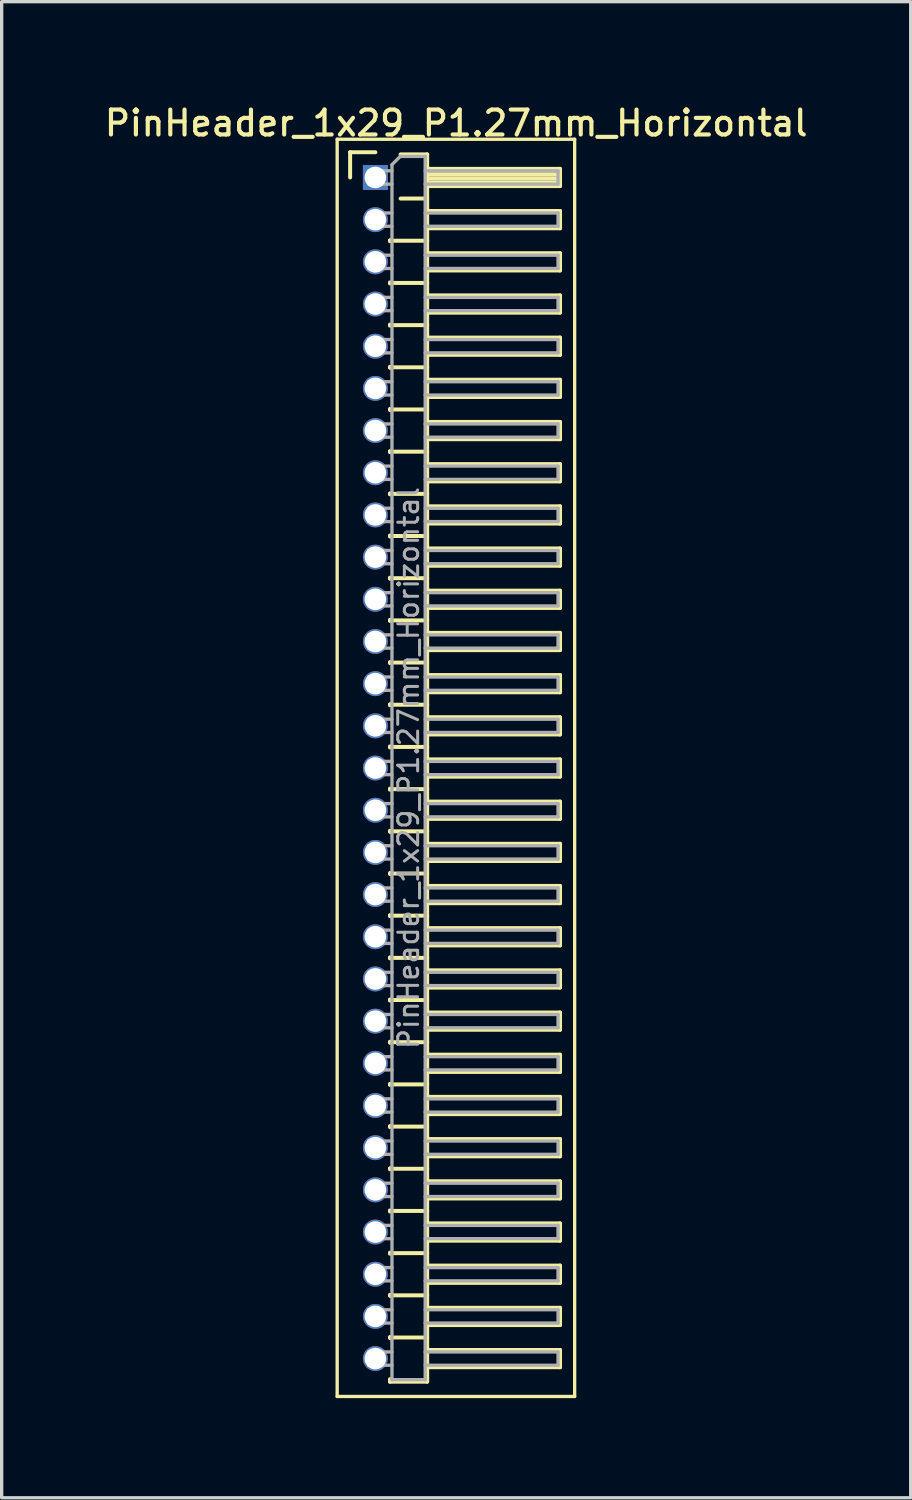
<source format=kicad_pcb>
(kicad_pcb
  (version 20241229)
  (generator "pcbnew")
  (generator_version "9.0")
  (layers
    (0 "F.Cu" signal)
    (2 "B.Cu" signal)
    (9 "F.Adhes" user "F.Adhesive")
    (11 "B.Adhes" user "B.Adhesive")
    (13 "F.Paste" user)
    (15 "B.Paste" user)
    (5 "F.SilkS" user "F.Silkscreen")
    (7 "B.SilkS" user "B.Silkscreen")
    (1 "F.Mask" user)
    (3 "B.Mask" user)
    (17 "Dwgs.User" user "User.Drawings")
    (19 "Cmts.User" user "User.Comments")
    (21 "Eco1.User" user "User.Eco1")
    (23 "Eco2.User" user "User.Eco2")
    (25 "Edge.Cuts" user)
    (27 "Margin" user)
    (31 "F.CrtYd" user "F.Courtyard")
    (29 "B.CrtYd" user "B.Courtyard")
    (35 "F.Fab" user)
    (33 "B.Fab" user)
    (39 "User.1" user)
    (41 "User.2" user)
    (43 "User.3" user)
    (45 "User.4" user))
  (footprint "PinHeader_1x29_P1.27mm_Horizontal"
    (layer "F.Cu")
    (at 8.251 2.293)
    (property "Reference" "PinHeader_1x29_P1.27mm_Horizontal" (at 2.433 -1.635 0) (layer "F.SilkS") (effects (font (size 0.75 0.75) (thickness 0.125))))
    (attr through_hole)
    (fp_line (start -1.15 -1.15) (end -1.15 36.7) (stroke (width 0.1) (type solid)) (layer "F.SilkS"))
    (fp_line (start -1.15 36.7) (end 6 36.7) (stroke (width 0.1) (type solid)) (layer "F.SilkS"))
    (fp_line (start -0.76 -0.76) (end 0 -0.76) (stroke (width 0.12) (type solid)) (layer "F.SilkS"))
    (fp_line (start -0.76 0) (end -0.76 -0.76) (stroke (width 0.12) (type solid)) (layer "F.SilkS"))
    (fp_line (start 0.44 1.89) (end 0.44 1.92) (stroke (width 0.12) (type solid)) (layer "F.SilkS"))
    (fp_line (start 0.44 1.905) (end 1.56 1.905) (stroke (width 0.12) (type solid)) (layer "F.SilkS"))
    (fp_line (start 0.44 3.16) (end 0.44 3.19) (stroke (width 0.12) (type solid)) (layer "F.SilkS"))
    (fp_line (start 0.44 3.175) (end 1.56 3.175) (stroke (width 0.12) (type solid)) (layer "F.SilkS"))
    (fp_line (start 0.44 4.43) (end 0.44 4.46) (stroke (width 0.12) (type solid)) (layer "F.SilkS"))
    (fp_line (start 0.44 4.445) (end 1.56 4.445) (stroke (width 0.12) (type solid)) (layer "F.SilkS"))
    (fp_line (start 0.44 5.7) (end 0.44 5.73) (stroke (width 0.12) (type solid)) (layer "F.SilkS"))
    (fp_line (start 0.44 5.715) (end 1.56 5.715) (stroke (width 0.12) (type solid)) (layer "F.SilkS"))
    (fp_line (start 0.44 6.97) (end 0.44 7) (stroke (width 0.12) (type solid)) (layer "F.SilkS"))
    (fp_line (start 0.44 6.985) (end 1.56 6.985) (stroke (width 0.12) (type solid)) (layer "F.SilkS"))
    (fp_line (start 0.44 8.24) (end 0.44 8.27) (stroke (width 0.12) (type solid)) (layer "F.SilkS"))
    (fp_line (start 0.44 8.255) (end 1.56 8.255) (stroke (width 0.12) (type solid)) (layer "F.SilkS"))
    (fp_line (start 0.44 9.51) (end 0.44 9.54) (stroke (width 0.12) (type solid)) (layer "F.SilkS"))
    (fp_line (start 0.44 9.525) (end 1.56 9.525) (stroke (width 0.12) (type solid)) (layer "F.SilkS"))
    (fp_line (start 0.44 10.78) (end 0.44 10.81) (stroke (width 0.12) (type solid)) (layer "F.SilkS"))
    (fp_line (start 0.44 10.795) (end 1.56 10.795) (stroke (width 0.12) (type solid)) (layer "F.SilkS"))
    (fp_line (start 0.44 12.05) (end 0.44 12.08) (stroke (width 0.12) (type solid)) (layer "F.SilkS"))
    (fp_line (start 0.44 12.065) (end 1.56 12.065) (stroke (width 0.12) (type solid)) (layer "F.SilkS"))
    (fp_line (start 0.44 13.32) (end 0.44 13.35) (stroke (width 0.12) (type solid)) (layer "F.SilkS"))
    (fp_line (start 0.44 13.335) (end 1.56 13.335) (stroke (width 0.12) (type solid)) (layer "F.SilkS"))
    (fp_line (start 0.44 14.59) (end 0.44 14.62) (stroke (width 0.12) (type solid)) (layer "F.SilkS"))
    (fp_line (start 0.44 14.605) (end 1.56 14.605) (stroke (width 0.12) (type solid)) (layer "F.SilkS"))
    (fp_line (start 0.44 15.86) (end 0.44 15.89) (stroke (width 0.12) (type solid)) (layer "F.SilkS"))
    (fp_line (start 0.44 15.875) (end 1.56 15.875) (stroke (width 0.12) (type solid)) (layer "F.SilkS"))
    (fp_line (start 0.44 17.13) (end 0.44 17.16) (stroke (width 0.12) (type solid)) (layer "F.SilkS"))
    (fp_line (start 0.44 17.145) (end 1.56 17.145) (stroke (width 0.12) (type solid)) (layer "F.SilkS"))
    (fp_line (start 0.44 18.4) (end 0.44 18.43) (stroke (width 0.12) (type solid)) (layer "F.SilkS"))
    (fp_line (start 0.44 18.415) (end 1.56 18.415) (stroke (width 0.12) (type solid)) (layer "F.SilkS"))
    (fp_line (start 0.44 19.67) (end 0.44 19.7) (stroke (width 0.12) (type solid)) (layer "F.SilkS"))
    (fp_line (start 0.44 19.685) (end 1.56 19.685) (stroke (width 0.12) (type solid)) (layer "F.SilkS"))
    (fp_line (start 0.44 20.94) (end 0.44 20.97) (stroke (width 0.12) (type solid)) (layer "F.SilkS"))
    (fp_line (start 0.44 20.955) (end 1.56 20.955) (stroke (width 0.12) (type solid)) (layer "F.SilkS"))
    (fp_line (start 0.44 22.21) (end 0.44 22.24) (stroke (width 0.12) (type solid)) (layer "F.SilkS"))
    (fp_line (start 0.44 22.225) (end 1.56 22.225) (stroke (width 0.12) (type solid)) (layer "F.SilkS"))
    (fp_line (start 0.44 23.48) (end 0.44 23.51) (stroke (width 0.12) (type solid)) (layer "F.SilkS"))
    (fp_line (start 0.44 23.495) (end 1.56 23.495) (stroke (width 0.12) (type solid)) (layer "F.SilkS"))
    (fp_line (start 0.44 24.75) (end 0.44 24.78) (stroke (width 0.12) (type solid)) (layer "F.SilkS"))
    (fp_line (start 0.44 24.765) (end 1.56 24.765) (stroke (width 0.12) (type solid)) (layer "F.SilkS"))
    (fp_line (start 0.44 26.02) (end 0.44 26.05) (stroke (width 0.12) (type solid)) (layer "F.SilkS"))
    (fp_line (start 0.44 26.035) (end 1.56 26.035) (stroke (width 0.12) (type solid)) (layer "F.SilkS"))
    (fp_line (start 0.44 27.29) (end 0.44 27.32) (stroke (width 0.12) (type solid)) (layer "F.SilkS"))
    (fp_line (start 0.44 27.305) (end 1.56 27.305) (stroke (width 0.12) (type solid)) (layer "F.SilkS"))
    (fp_line (start 0.44 28.56) (end 0.44 28.59) (stroke (width 0.12) (type solid)) (layer "F.SilkS"))
    (fp_line (start 0.44 28.575) (end 1.56 28.575) (stroke (width 0.12) (type solid)) (layer "F.SilkS"))
    (fp_line (start 0.44 29.83) (end 0.44 29.86) (stroke (width 0.12) (type solid)) (layer "F.SilkS"))
    (fp_line (start 0.44 29.845) (end 1.56 29.845) (stroke (width 0.12) (type solid)) (layer "F.SilkS"))
    (fp_line (start 0.44 31.1) (end 0.44 31.13) (stroke (width 0.12) (type solid)) (layer "F.SilkS"))
    (fp_line (start 0.44 31.115) (end 1.56 31.115) (stroke (width 0.12) (type solid)) (layer "F.SilkS"))
    (fp_line (start 0.44 32.37) (end 0.44 32.4) (stroke (width 0.12) (type solid)) (layer "F.SilkS"))
    (fp_line (start 0.44 32.385) (end 1.56 32.385) (stroke (width 0.12) (type solid)) (layer "F.SilkS"))
    (fp_line (start 0.44 33.64) (end 0.44 33.67) (stroke (width 0.12) (type solid)) (layer "F.SilkS"))
    (fp_line (start 0.44 33.655) (end 1.56 33.655) (stroke (width 0.12) (type solid)) (layer "F.SilkS"))
    (fp_line (start 0.44 34.91) (end 0.44 34.94) (stroke (width 0.12) (type solid)) (layer "F.SilkS"))
    (fp_line (start 0.44 34.925) (end 1.56 34.925) (stroke (width 0.12) (type solid)) (layer "F.SilkS"))
    (fp_line (start 0.44 36.255) (end 0.44 36.18) (stroke (width 0.12) (type solid)) (layer "F.SilkS"))
    (fp_line (start 0.76 -0.695) (end 1.56 -0.695) (stroke (width 0.12) (type solid)) (layer "F.SilkS"))
    (fp_line (start 0.76 0.635) (end 1.56 0.635) (stroke (width 0.12) (type solid)) (layer "F.SilkS"))
    (fp_line (start 1.56 -0.695) (end 1.56 36.255) (stroke (width 0.12) (type solid)) (layer "F.SilkS"))
    (fp_line (start 1.56 -0.26) (end 5.56 -0.26) (stroke (width 0.12) (type solid)) (layer "F.SilkS"))
    (fp_line (start 1.56 -0.2) (end 5.56 -0.2) (stroke (width 0.12) (type solid)) (layer "F.SilkS"))
    (fp_line (start 1.56 -0.08) (end 5.56 -0.08) (stroke (width 0.12) (type solid)) (layer "F.SilkS"))
    (fp_line (start 1.56 0.04) (end 5.56 0.04) (stroke (width 0.12) (type solid)) (layer "F.SilkS"))
    (fp_line (start 1.56 0.16) (end 5.56 0.16) (stroke (width 0.12) (type solid)) (layer "F.SilkS"))
    (fp_line (start 1.56 1.01) (end 5.56 1.01) (stroke (width 0.12) (type solid)) (layer "F.SilkS"))
    (fp_line (start 1.56 2.28) (end 5.56 2.28) (stroke (width 0.12) (type solid)) (layer "F.SilkS"))
    (fp_line (start 1.56 3.55) (end 5.56 3.55) (stroke (width 0.12) (type solid)) (layer "F.SilkS"))
    (fp_line (start 1.56 4.82) (end 5.56 4.82) (stroke (width 0.12) (type solid)) (layer "F.SilkS"))
    (fp_line (start 1.56 6.09) (end 5.56 6.09) (stroke (width 0.12) (type solid)) (layer "F.SilkS"))
    (fp_line (start 1.56 7.36) (end 5.56 7.36) (stroke (width 0.12) (type solid)) (layer "F.SilkS"))
    (fp_line (start 1.56 8.63) (end 5.56 8.63) (stroke (width 0.12) (type solid)) (layer "F.SilkS"))
    (fp_line (start 1.56 9.9) (end 5.56 9.9) (stroke (width 0.12) (type solid)) (layer "F.SilkS"))
    (fp_line (start 1.56 11.17) (end 5.56 11.17) (stroke (width 0.12) (type solid)) (layer "F.SilkS"))
    (fp_line (start 1.56 12.44) (end 5.56 12.44) (stroke (width 0.12) (type solid)) (layer "F.SilkS"))
    (fp_line (start 1.56 13.71) (end 5.56 13.71) (stroke (width 0.12) (type solid)) (layer "F.SilkS"))
    (fp_line (start 1.56 14.98) (end 5.56 14.98) (stroke (width 0.12) (type solid)) (layer "F.SilkS"))
    (fp_line (start 1.56 16.25) (end 5.56 16.25) (stroke (width 0.12) (type solid)) (layer "F.SilkS"))
    (fp_line (start 1.56 17.52) (end 5.56 17.52) (stroke (width 0.12) (type solid)) (layer "F.SilkS"))
    (fp_line (start 1.56 18.79) (end 5.56 18.79) (stroke (width 0.12) (type solid)) (layer "F.SilkS"))
    (fp_line (start 1.56 20.06) (end 5.56 20.06) (stroke (width 0.12) (type solid)) (layer "F.SilkS"))
    (fp_line (start 1.56 21.33) (end 5.56 21.33) (stroke (width 0.12) (type solid)) (layer "F.SilkS"))
    (fp_line (start 1.56 22.6) (end 5.56 22.6) (stroke (width 0.12) (type solid)) (layer "F.SilkS"))
    (fp_line (start 1.56 23.87) (end 5.56 23.87) (stroke (width 0.12) (type solid)) (layer "F.SilkS"))
    (fp_line (start 1.56 25.14) (end 5.56 25.14) (stroke (width 0.12) (type solid)) (layer "F.SilkS"))
    (fp_line (start 1.56 26.41) (end 5.56 26.41) (stroke (width 0.12) (type solid)) (layer "F.SilkS"))
    (fp_line (start 1.56 27.68) (end 5.56 27.68) (stroke (width 0.12) (type solid)) (layer "F.SilkS"))
    (fp_line (start 1.56 28.95) (end 5.56 28.95) (stroke (width 0.12) (type solid)) (layer "F.SilkS"))
    (fp_line (start 1.56 30.22) (end 5.56 30.22) (stroke (width 0.12) (type solid)) (layer "F.SilkS"))
    (fp_line (start 1.56 31.49) (end 5.56 31.49) (stroke (width 0.12) (type solid)) (layer "F.SilkS"))
    (fp_line (start 1.56 32.76) (end 5.56 32.76) (stroke (width 0.12) (type solid)) (layer "F.SilkS"))
    (fp_line (start 1.56 34.03) (end 5.56 34.03) (stroke (width 0.12) (type solid)) (layer "F.SilkS"))
    (fp_line (start 1.56 35.3) (end 5.56 35.3) (stroke (width 0.12) (type solid)) (layer "F.SilkS"))
    (fp_line (start 1.56 36.255) (end 0.44 36.255) (stroke (width 0.12) (type solid)) (layer "F.SilkS"))
    (fp_line (start 5.56 -0.26) (end 5.56 0.26) (stroke (width 0.12) (type solid)) (layer "F.SilkS"))
    (fp_line (start 5.56 0.26) (end 1.56 0.26) (stroke (width 0.12) (type solid)) (layer "F.SilkS"))
    (fp_line (start 5.56 1.01) (end 5.56 1.53) (stroke (width 0.12) (type solid)) (layer "F.SilkS"))
    (fp_line (start 5.56 1.53) (end 1.56 1.53) (stroke (width 0.12) (type solid)) (layer "F.SilkS"))
    (fp_line (start 5.56 2.28) (end 5.56 2.8) (stroke (width 0.12) (type solid)) (layer "F.SilkS"))
    (fp_line (start 5.56 2.8) (end 1.56 2.8) (stroke (width 0.12) (type solid)) (layer "F.SilkS"))
    (fp_line (start 5.56 3.55) (end 5.56 4.07) (stroke (width 0.12) (type solid)) (layer "F.SilkS"))
    (fp_line (start 5.56 4.07) (end 1.56 4.07) (stroke (width 0.12) (type solid)) (layer "F.SilkS"))
    (fp_line (start 5.56 4.82) (end 5.56 5.34) (stroke (width 0.12) (type solid)) (layer "F.SilkS"))
    (fp_line (start 5.56 5.34) (end 1.56 5.34) (stroke (width 0.12) (type solid)) (layer "F.SilkS"))
    (fp_line (start 5.56 6.09) (end 5.56 6.61) (stroke (width 0.12) (type solid)) (layer "F.SilkS"))
    (fp_line (start 5.56 6.61) (end 1.56 6.61) (stroke (width 0.12) (type solid)) (layer "F.SilkS"))
    (fp_line (start 5.56 7.36) (end 5.56 7.88) (stroke (width 0.12) (type solid)) (layer "F.SilkS"))
    (fp_line (start 5.56 7.88) (end 1.56 7.88) (stroke (width 0.12) (type solid)) (layer "F.SilkS"))
    (fp_line (start 5.56 8.63) (end 5.56 9.15) (stroke (width 0.12) (type solid)) (layer "F.SilkS"))
    (fp_line (start 5.56 9.15) (end 1.56 9.15) (stroke (width 0.12) (type solid)) (layer "F.SilkS"))
    (fp_line (start 5.56 9.9) (end 5.56 10.42) (stroke (width 0.12) (type solid)) (layer "F.SilkS"))
    (fp_line (start 5.56 10.42) (end 1.56 10.42) (stroke (width 0.12) (type solid)) (layer "F.SilkS"))
    (fp_line (start 5.56 11.17) (end 5.56 11.69) (stroke (width 0.12) (type solid)) (layer "F.SilkS"))
    (fp_line (start 5.56 11.69) (end 1.56 11.69) (stroke (width 0.12) (type solid)) (layer "F.SilkS"))
    (fp_line (start 5.56 12.44) (end 5.56 12.96) (stroke (width 0.12) (type solid)) (layer "F.SilkS"))
    (fp_line (start 5.56 12.96) (end 1.56 12.96) (stroke (width 0.12) (type solid)) (layer "F.SilkS"))
    (fp_line (start 5.56 13.71) (end 5.56 14.23) (stroke (width 0.12) (type solid)) (layer "F.SilkS"))
    (fp_line (start 5.56 14.23) (end 1.56 14.23) (stroke (width 0.12) (type solid)) (layer "F.SilkS"))
    (fp_line (start 5.56 14.98) (end 5.56 15.5) (stroke (width 0.12) (type solid)) (layer "F.SilkS"))
    (fp_line (start 5.56 15.5) (end 1.56 15.5) (stroke (width 0.12) (type solid)) (layer "F.SilkS"))
    (fp_line (start 5.56 16.25) (end 5.56 16.77) (stroke (width 0.12) (type solid)) (layer "F.SilkS"))
    (fp_line (start 5.56 16.77) (end 1.56 16.77) (stroke (width 0.12) (type solid)) (layer "F.SilkS"))
    (fp_line (start 5.56 17.52) (end 5.56 18.04) (stroke (width 0.12) (type solid)) (layer "F.SilkS"))
    (fp_line (start 5.56 18.04) (end 1.56 18.04) (stroke (width 0.12) (type solid)) (layer "F.SilkS"))
    (fp_line (start 5.56 18.79) (end 5.56 19.31) (stroke (width 0.12) (type solid)) (layer "F.SilkS"))
    (fp_line (start 5.56 19.31) (end 1.56 19.31) (stroke (width 0.12) (type solid)) (layer "F.SilkS"))
    (fp_line (start 5.56 20.06) (end 5.56 20.58) (stroke (width 0.12) (type solid)) (layer "F.SilkS"))
    (fp_line (start 5.56 20.58) (end 1.56 20.58) (stroke (width 0.12) (type solid)) (layer "F.SilkS"))
    (fp_line (start 5.56 21.33) (end 5.56 21.85) (stroke (width 0.12) (type solid)) (layer "F.SilkS"))
    (fp_line (start 5.56 21.85) (end 1.56 21.85) (stroke (width 0.12) (type solid)) (layer "F.SilkS"))
    (fp_line (start 5.56 22.6) (end 5.56 23.12) (stroke (width 0.12) (type solid)) (layer "F.SilkS"))
    (fp_line (start 5.56 23.12) (end 1.56 23.12) (stroke (width 0.12) (type solid)) (layer "F.SilkS"))
    (fp_line (start 5.56 23.87) (end 5.56 24.39) (stroke (width 0.12) (type solid)) (layer "F.SilkS"))
    (fp_line (start 5.56 24.39) (end 1.56 24.39) (stroke (width 0.12) (type solid)) (layer "F.SilkS"))
    (fp_line (start 5.56 25.14) (end 5.56 25.66) (stroke (width 0.12) (type solid)) (layer "F.SilkS"))
    (fp_line (start 5.56 25.66) (end 1.56 25.66) (stroke (width 0.12) (type solid)) (layer "F.SilkS"))
    (fp_line (start 5.56 26.41) (end 5.56 26.93) (stroke (width 0.12) (type solid)) (layer "F.SilkS"))
    (fp_line (start 5.56 26.93) (end 1.56 26.93) (stroke (width 0.12) (type solid)) (layer "F.SilkS"))
    (fp_line (start 5.56 27.68) (end 5.56 28.2) (stroke (width 0.12) (type solid)) (layer "F.SilkS"))
    (fp_line (start 5.56 28.2) (end 1.56 28.2) (stroke (width 0.12) (type solid)) (layer "F.SilkS"))
    (fp_line (start 5.56 28.95) (end 5.56 29.47) (stroke (width 0.12) (type solid)) (layer "F.SilkS"))
    (fp_line (start 5.56 29.47) (end 1.56 29.47) (stroke (width 0.12) (type solid)) (layer "F.SilkS"))
    (fp_line (start 5.56 30.22) (end 5.56 30.74) (stroke (width 0.12) (type solid)) (layer "F.SilkS"))
    (fp_line (start 5.56 30.74) (end 1.56 30.74) (stroke (width 0.12) (type solid)) (layer "F.SilkS"))
    (fp_line (start 5.56 31.49) (end 5.56 32.01) (stroke (width 0.12) (type solid)) (layer "F.SilkS"))
    (fp_line (start 5.56 32.01) (end 1.56 32.01) (stroke (width 0.12) (type solid)) (layer "F.SilkS"))
    (fp_line (start 5.56 32.76) (end 5.56 33.28) (stroke (width 0.12) (type solid)) (layer "F.SilkS"))
    (fp_line (start 5.56 33.28) (end 1.56 33.28) (stroke (width 0.12) (type solid)) (layer "F.SilkS"))
    (fp_line (start 5.56 34.03) (end 5.56 34.55) (stroke (width 0.12) (type solid)) (layer "F.SilkS"))
    (fp_line (start 5.56 34.55) (end 1.56 34.55) (stroke (width 0.12) (type solid)) (layer "F.SilkS"))
    (fp_line (start 5.56 35.3) (end 5.56 35.82) (stroke (width 0.12) (type solid)) (layer "F.SilkS"))
    (fp_line (start 5.56 35.82) (end 1.56 35.82) (stroke (width 0.12) (type solid)) (layer "F.SilkS"))
    (fp_line (start 6 -1.15) (end -1.15 -1.15) (stroke (width 0.1) (type solid)) (layer "F.SilkS"))
    (fp_line (start 6 36.7) (end 6 -1.15) (stroke (width 0.1) (type solid)) (layer "F.SilkS"))
    (fp_line (start -0.2 -0.2) (end -0.2 0.2) (stroke (width 0.1) (type solid)) (layer "F.Fab"))
    (fp_line (start -0.2 -0.2) (end 0.5 -0.2) (stroke (width 0.1) (type solid)) (layer "F.Fab"))
    (fp_line (start -0.2 0.2) (end 0.5 0.2) (stroke (width 0.1) (type solid)) (layer "F.Fab"))
    (fp_line (start -0.2 1.07) (end -0.2 1.47) (stroke (width 0.1) (type solid)) (layer "F.Fab"))
    (fp_line (start -0.2 1.07) (end 0.5 1.07) (stroke (width 0.1) (type solid)) (layer "F.Fab"))
    (fp_line (start -0.2 1.47) (end 0.5 1.47) (stroke (width 0.1) (type solid)) (layer "F.Fab"))
    (fp_line (start -0.2 2.34) (end -0.2 2.74) (stroke (width 0.1) (type solid)) (layer "F.Fab"))
    (fp_line (start -0.2 2.34) (end 0.5 2.34) (stroke (width 0.1) (type solid)) (layer "F.Fab"))
    (fp_line (start -0.2 2.74) (end 0.5 2.74) (stroke (width 0.1) (type solid)) (layer "F.Fab"))
    (fp_line (start -0.2 3.61) (end -0.2 4.01) (stroke (width 0.1) (type solid)) (layer "F.Fab"))
    (fp_line (start -0.2 3.61) (end 0.5 3.61) (stroke (width 0.1) (type solid)) (layer "F.Fab"))
    (fp_line (start -0.2 4.01) (end 0.5 4.01) (stroke (width 0.1) (type solid)) (layer "F.Fab"))
    (fp_line (start -0.2 4.88) (end -0.2 5.28) (stroke (width 0.1) (type solid)) (layer "F.Fab"))
    (fp_line (start -0.2 4.88) (end 0.5 4.88) (stroke (width 0.1) (type solid)) (layer "F.Fab"))
    (fp_line (start -0.2 5.28) (end 0.5 5.28) (stroke (width 0.1) (type solid)) (layer "F.Fab"))
    (fp_line (start -0.2 6.15) (end -0.2 6.55) (stroke (width 0.1) (type solid)) (layer "F.Fab"))
    (fp_line (start -0.2 6.15) (end 0.5 6.15) (stroke (width 0.1) (type solid)) (layer "F.Fab"))
    (fp_line (start -0.2 6.55) (end 0.5 6.55) (stroke (width 0.1) (type solid)) (layer "F.Fab"))
    (fp_line (start -0.2 7.42) (end -0.2 7.82) (stroke (width 0.1) (type solid)) (layer "F.Fab"))
    (fp_line (start -0.2 7.42) (end 0.5 7.42) (stroke (width 0.1) (type solid)) (layer "F.Fab"))
    (fp_line (start -0.2 7.82) (end 0.5 7.82) (stroke (width 0.1) (type solid)) (layer "F.Fab"))
    (fp_line (start -0.2 8.69) (end -0.2 9.09) (stroke (width 0.1) (type solid)) (layer "F.Fab"))
    (fp_line (start -0.2 8.69) (end 0.5 8.69) (stroke (width 0.1) (type solid)) (layer "F.Fab"))
    (fp_line (start -0.2 9.09) (end 0.5 9.09) (stroke (width 0.1) (type solid)) (layer "F.Fab"))
    (fp_line (start -0.2 9.96) (end -0.2 10.36) (stroke (width 0.1) (type solid)) (layer "F.Fab"))
    (fp_line (start -0.2 9.96) (end 0.5 9.96) (stroke (width 0.1) (type solid)) (layer "F.Fab"))
    (fp_line (start -0.2 10.36) (end 0.5 10.36) (stroke (width 0.1) (type solid)) (layer "F.Fab"))
    (fp_line (start -0.2 11.23) (end -0.2 11.63) (stroke (width 0.1) (type solid)) (layer "F.Fab"))
    (fp_line (start -0.2 11.23) (end 0.5 11.23) (stroke (width 0.1) (type solid)) (layer "F.Fab"))
    (fp_line (start -0.2 11.63) (end 0.5 11.63) (stroke (width 0.1) (type solid)) (layer "F.Fab"))
    (fp_line (start -0.2 12.5) (end -0.2 12.9) (stroke (width 0.1) (type solid)) (layer "F.Fab"))
    (fp_line (start -0.2 12.5) (end 0.5 12.5) (stroke (width 0.1) (type solid)) (layer "F.Fab"))
    (fp_line (start -0.2 12.9) (end 0.5 12.9) (stroke (width 0.1) (type solid)) (layer "F.Fab"))
    (fp_line (start -0.2 13.77) (end -0.2 14.17) (stroke (width 0.1) (type solid)) (layer "F.Fab"))
    (fp_line (start -0.2 13.77) (end 0.5 13.77) (stroke (width 0.1) (type solid)) (layer "F.Fab"))
    (fp_line (start -0.2 14.17) (end 0.5 14.17) (stroke (width 0.1) (type solid)) (layer "F.Fab"))
    (fp_line (start -0.2 15.04) (end -0.2 15.44) (stroke (width 0.1) (type solid)) (layer "F.Fab"))
    (fp_line (start -0.2 15.04) (end 0.5 15.04) (stroke (width 0.1) (type solid)) (layer "F.Fab"))
    (fp_line (start -0.2 15.44) (end 0.5 15.44) (stroke (width 0.1) (type solid)) (layer "F.Fab"))
    (fp_line (start -0.2 16.31) (end -0.2 16.71) (stroke (width 0.1) (type solid)) (layer "F.Fab"))
    (fp_line (start -0.2 16.31) (end 0.5 16.31) (stroke (width 0.1) (type solid)) (layer "F.Fab"))
    (fp_line (start -0.2 16.71) (end 0.5 16.71) (stroke (width 0.1) (type solid)) (layer "F.Fab"))
    (fp_line (start -0.2 17.58) (end -0.2 17.98) (stroke (width 0.1) (type solid)) (layer "F.Fab"))
    (fp_line (start -0.2 17.58) (end 0.5 17.58) (stroke (width 0.1) (type solid)) (layer "F.Fab"))
    (fp_line (start -0.2 17.98) (end 0.5 17.98) (stroke (width 0.1) (type solid)) (layer "F.Fab"))
    (fp_line (start -0.2 18.85) (end -0.2 19.25) (stroke (width 0.1) (type solid)) (layer "F.Fab"))
    (fp_line (start -0.2 18.85) (end 0.5 18.85) (stroke (width 0.1) (type solid)) (layer "F.Fab"))
    (fp_line (start -0.2 19.25) (end 0.5 19.25) (stroke (width 0.1) (type solid)) (layer "F.Fab"))
    (fp_line (start -0.2 20.12) (end -0.2 20.52) (stroke (width 0.1) (type solid)) (layer "F.Fab"))
    (fp_line (start -0.2 20.12) (end 0.5 20.12) (stroke (width 0.1) (type solid)) (layer "F.Fab"))
    (fp_line (start -0.2 20.52) (end 0.5 20.52) (stroke (width 0.1) (type solid)) (layer "F.Fab"))
    (fp_line (start -0.2 21.39) (end -0.2 21.79) (stroke (width 0.1) (type solid)) (layer "F.Fab"))
    (fp_line (start -0.2 21.39) (end 0.5 21.39) (stroke (width 0.1) (type solid)) (layer "F.Fab"))
    (fp_line (start -0.2 21.79) (end 0.5 21.79) (stroke (width 0.1) (type solid)) (layer "F.Fab"))
    (fp_line (start -0.2 22.66) (end -0.2 23.06) (stroke (width 0.1) (type solid)) (layer "F.Fab"))
    (fp_line (start -0.2 22.66) (end 0.5 22.66) (stroke (width 0.1) (type solid)) (layer "F.Fab"))
    (fp_line (start -0.2 23.06) (end 0.5 23.06) (stroke (width 0.1) (type solid)) (layer "F.Fab"))
    (fp_line (start -0.2 23.93) (end -0.2 24.33) (stroke (width 0.1) (type solid)) (layer "F.Fab"))
    (fp_line (start -0.2 23.93) (end 0.5 23.93) (stroke (width 0.1) (type solid)) (layer "F.Fab"))
    (fp_line (start -0.2 24.33) (end 0.5 24.33) (stroke (width 0.1) (type solid)) (layer "F.Fab"))
    (fp_line (start -0.2 25.2) (end -0.2 25.6) (stroke (width 0.1) (type solid)) (layer "F.Fab"))
    (fp_line (start -0.2 25.2) (end 0.5 25.2) (stroke (width 0.1) (type solid)) (layer "F.Fab"))
    (fp_line (start -0.2 25.6) (end 0.5 25.6) (stroke (width 0.1) (type solid)) (layer "F.Fab"))
    (fp_line (start -0.2 26.47) (end -0.2 26.87) (stroke (width 0.1) (type solid)) (layer "F.Fab"))
    (fp_line (start -0.2 26.47) (end 0.5 26.47) (stroke (width 0.1) (type solid)) (layer "F.Fab"))
    (fp_line (start -0.2 26.87) (end 0.5 26.87) (stroke (width 0.1) (type solid)) (layer "F.Fab"))
    (fp_line (start -0.2 27.74) (end -0.2 28.14) (stroke (width 0.1) (type solid)) (layer "F.Fab"))
    (fp_line (start -0.2 27.74) (end 0.5 27.74) (stroke (width 0.1) (type solid)) (layer "F.Fab"))
    (fp_line (start -0.2 28.14) (end 0.5 28.14) (stroke (width 0.1) (type solid)) (layer "F.Fab"))
    (fp_line (start -0.2 29.01) (end -0.2 29.41) (stroke (width 0.1) (type solid)) (layer "F.Fab"))
    (fp_line (start -0.2 29.01) (end 0.5 29.01) (stroke (width 0.1) (type solid)) (layer "F.Fab"))
    (fp_line (start -0.2 29.41) (end 0.5 29.41) (stroke (width 0.1) (type solid)) (layer "F.Fab"))
    (fp_line (start -0.2 30.28) (end -0.2 30.68) (stroke (width 0.1) (type solid)) (layer "F.Fab"))
    (fp_line (start -0.2 30.28) (end 0.5 30.28) (stroke (width 0.1) (type solid)) (layer "F.Fab"))
    (fp_line (start -0.2 30.68) (end 0.5 30.68) (stroke (width 0.1) (type solid)) (layer "F.Fab"))
    (fp_line (start -0.2 31.55) (end -0.2 31.95) (stroke (width 0.1) (type solid)) (layer "F.Fab"))
    (fp_line (start -0.2 31.55) (end 0.5 31.55) (stroke (width 0.1) (type solid)) (layer "F.Fab"))
    (fp_line (start -0.2 31.95) (end 0.5 31.95) (stroke (width 0.1) (type solid)) (layer "F.Fab"))
    (fp_line (start -0.2 32.82) (end -0.2 33.22) (stroke (width 0.1) (type solid)) (layer "F.Fab"))
    (fp_line (start -0.2 32.82) (end 0.5 32.82) (stroke (width 0.1) (type solid)) (layer "F.Fab"))
    (fp_line (start -0.2 33.22) (end 0.5 33.22) (stroke (width 0.1) (type solid)) (layer "F.Fab"))
    (fp_line (start -0.2 34.09) (end -0.2 34.49) (stroke (width 0.1) (type solid)) (layer "F.Fab"))
    (fp_line (start -0.2 34.09) (end 0.5 34.09) (stroke (width 0.1) (type solid)) (layer "F.Fab"))
    (fp_line (start -0.2 34.49) (end 0.5 34.49) (stroke (width 0.1) (type solid)) (layer "F.Fab"))
    (fp_line (start -0.2 35.36) (end -0.2 35.76) (stroke (width 0.1) (type solid)) (layer "F.Fab"))
    (fp_line (start -0.2 35.36) (end 0.5 35.36) (stroke (width 0.1) (type solid)) (layer "F.Fab"))
    (fp_line (start -0.2 35.76) (end 0.5 35.76) (stroke (width 0.1) (type solid)) (layer "F.Fab"))
    (fp_line (start 0.5 -0.385) (end 0.75 -0.635) (stroke (width 0.1) (type solid)) (layer "F.Fab"))
    (fp_line (start 0.5 36.195) (end 0.5 -0.385) (stroke (width 0.1) (type solid)) (layer "F.Fab"))
    (fp_line (start 0.75 -0.635) (end 1.5 -0.635) (stroke (width 0.1) (type solid)) (layer "F.Fab"))
    (fp_line (start 1.5 -0.635) (end 1.5 36.195) (stroke (width 0.1) (type solid)) (layer "F.Fab"))
    (fp_line (start 1.5 -0.2) (end 5.5 -0.2) (stroke (width 0.1) (type solid)) (layer "F.Fab"))
    (fp_line (start 1.5 0.2) (end 5.5 0.2) (stroke (width 0.1) (type solid)) (layer "F.Fab"))
    (fp_line (start 1.5 1.07) (end 5.5 1.07) (stroke (width 0.1) (type solid)) (layer "F.Fab"))
    (fp_line (start 1.5 1.47) (end 5.5 1.47) (stroke (width 0.1) (type solid)) (layer "F.Fab"))
    (fp_line (start 1.5 2.34) (end 5.5 2.34) (stroke (width 0.1) (type solid)) (layer "F.Fab"))
    (fp_line (start 1.5 2.74) (end 5.5 2.74) (stroke (width 0.1) (type solid)) (layer "F.Fab"))
    (fp_line (start 1.5 3.61) (end 5.5 3.61) (stroke (width 0.1) (type solid)) (layer "F.Fab"))
    (fp_line (start 1.5 4.01) (end 5.5 4.01) (stroke (width 0.1) (type solid)) (layer "F.Fab"))
    (fp_line (start 1.5 4.88) (end 5.5 4.88) (stroke (width 0.1) (type solid)) (layer "F.Fab"))
    (fp_line (start 1.5 5.28) (end 5.5 5.28) (stroke (width 0.1) (type solid)) (layer "F.Fab"))
    (fp_line (start 1.5 6.15) (end 5.5 6.15) (stroke (width 0.1) (type solid)) (layer "F.Fab"))
    (fp_line (start 1.5 6.55) (end 5.5 6.55) (stroke (width 0.1) (type solid)) (layer "F.Fab"))
    (fp_line (start 1.5 7.42) (end 5.5 7.42) (stroke (width 0.1) (type solid)) (layer "F.Fab"))
    (fp_line (start 1.5 7.82) (end 5.5 7.82) (stroke (width 0.1) (type solid)) (layer "F.Fab"))
    (fp_line (start 1.5 8.69) (end 5.5 8.69) (stroke (width 0.1) (type solid)) (layer "F.Fab"))
    (fp_line (start 1.5 9.09) (end 5.5 9.09) (stroke (width 0.1) (type solid)) (layer "F.Fab"))
    (fp_line (start 1.5 9.96) (end 5.5 9.96) (stroke (width 0.1) (type solid)) (layer "F.Fab"))
    (fp_line (start 1.5 10.36) (end 5.5 10.36) (stroke (width 0.1) (type solid)) (layer "F.Fab"))
    (fp_line (start 1.5 11.23) (end 5.5 11.23) (stroke (width 0.1) (type solid)) (layer "F.Fab"))
    (fp_line (start 1.5 11.63) (end 5.5 11.63) (stroke (width 0.1) (type solid)) (layer "F.Fab"))
    (fp_line (start 1.5 12.5) (end 5.5 12.5) (stroke (width 0.1) (type solid)) (layer "F.Fab"))
    (fp_line (start 1.5 12.9) (end 5.5 12.9) (stroke (width 0.1) (type solid)) (layer "F.Fab"))
    (fp_line (start 1.5 13.77) (end 5.5 13.77) (stroke (width 0.1) (type solid)) (layer "F.Fab"))
    (fp_line (start 1.5 14.17) (end 5.5 14.17) (stroke (width 0.1) (type solid)) (layer "F.Fab"))
    (fp_line (start 1.5 15.04) (end 5.5 15.04) (stroke (width 0.1) (type solid)) (layer "F.Fab"))
    (fp_line (start 1.5 15.44) (end 5.5 15.44) (stroke (width 0.1) (type solid)) (layer "F.Fab"))
    (fp_line (start 1.5 16.31) (end 5.5 16.31) (stroke (width 0.1) (type solid)) (layer "F.Fab"))
    (fp_line (start 1.5 16.71) (end 5.5 16.71) (stroke (width 0.1) (type solid)) (layer "F.Fab"))
    (fp_line (start 1.5 17.58) (end 5.5 17.58) (stroke (width 0.1) (type solid)) (layer "F.Fab"))
    (fp_line (start 1.5 17.98) (end 5.5 17.98) (stroke (width 0.1) (type solid)) (layer "F.Fab"))
    (fp_line (start 1.5 18.85) (end 5.5 18.85) (stroke (width 0.1) (type solid)) (layer "F.Fab"))
    (fp_line (start 1.5 19.25) (end 5.5 19.25) (stroke (width 0.1) (type solid)) (layer "F.Fab"))
    (fp_line (start 1.5 20.12) (end 5.5 20.12) (stroke (width 0.1) (type solid)) (layer "F.Fab"))
    (fp_line (start 1.5 20.52) (end 5.5 20.52) (stroke (width 0.1) (type solid)) (layer "F.Fab"))
    (fp_line (start 1.5 21.39) (end 5.5 21.39) (stroke (width 0.1) (type solid)) (layer "F.Fab"))
    (fp_line (start 1.5 21.79) (end 5.5 21.79) (stroke (width 0.1) (type solid)) (layer "F.Fab"))
    (fp_line (start 1.5 22.66) (end 5.5 22.66) (stroke (width 0.1) (type solid)) (layer "F.Fab"))
    (fp_line (start 1.5 23.06) (end 5.5 23.06) (stroke (width 0.1) (type solid)) (layer "F.Fab"))
    (fp_line (start 1.5 23.93) (end 5.5 23.93) (stroke (width 0.1) (type solid)) (layer "F.Fab"))
    (fp_line (start 1.5 24.33) (end 5.5 24.33) (stroke (width 0.1) (type solid)) (layer "F.Fab"))
    (fp_line (start 1.5 25.2) (end 5.5 25.2) (stroke (width 0.1) (type solid)) (layer "F.Fab"))
    (fp_line (start 1.5 25.6) (end 5.5 25.6) (stroke (width 0.1) (type solid)) (layer "F.Fab"))
    (fp_line (start 1.5 26.47) (end 5.5 26.47) (stroke (width 0.1) (type solid)) (layer "F.Fab"))
    (fp_line (start 1.5 26.87) (end 5.5 26.87) (stroke (width 0.1) (type solid)) (layer "F.Fab"))
    (fp_line (start 1.5 27.74) (end 5.5 27.74) (stroke (width 0.1) (type solid)) (layer "F.Fab"))
    (fp_line (start 1.5 28.14) (end 5.5 28.14) (stroke (width 0.1) (type solid)) (layer "F.Fab"))
    (fp_line (start 1.5 29.01) (end 5.5 29.01) (stroke (width 0.1) (type solid)) (layer "F.Fab"))
    (fp_line (start 1.5 29.41) (end 5.5 29.41) (stroke (width 0.1) (type solid)) (layer "F.Fab"))
    (fp_line (start 1.5 30.28) (end 5.5 30.28) (stroke (width 0.1) (type solid)) (layer "F.Fab"))
    (fp_line (start 1.5 30.68) (end 5.5 30.68) (stroke (width 0.1) (type solid)) (layer "F.Fab"))
    (fp_line (start 1.5 31.55) (end 5.5 31.55) (stroke (width 0.1) (type solid)) (layer "F.Fab"))
    (fp_line (start 1.5 31.95) (end 5.5 31.95) (stroke (width 0.1) (type solid)) (layer "F.Fab"))
    (fp_line (start 1.5 32.82) (end 5.5 32.82) (stroke (width 0.1) (type solid)) (layer "F.Fab"))
    (fp_line (start 1.5 33.22) (end 5.5 33.22) (stroke (width 0.1) (type solid)) (layer "F.Fab"))
    (fp_line (start 1.5 34.09) (end 5.5 34.09) (stroke (width 0.1) (type solid)) (layer "F.Fab"))
    (fp_line (start 1.5 34.49) (end 5.5 34.49) (stroke (width 0.1) (type solid)) (layer "F.Fab"))
    (fp_line (start 1.5 35.36) (end 5.5 35.36) (stroke (width 0.1) (type solid)) (layer "F.Fab"))
    (fp_line (start 1.5 35.76) (end 5.5 35.76) (stroke (width 0.1) (type solid)) (layer "F.Fab"))
    (fp_line (start 1.5 36.195) (end 0.5 36.195) (stroke (width 0.1) (type solid)) (layer "F.Fab"))
    (fp_line (start 5.5 -0.2) (end 5.5 0.2) (stroke (width 0.1) (type solid)) (layer "F.Fab"))
    (fp_line (start 5.5 1.07) (end 5.5 1.47) (stroke (width 0.1) (type solid)) (layer "F.Fab"))
    (fp_line (start 5.5 2.34) (end 5.5 2.74) (stroke (width 0.1) (type solid)) (layer "F.Fab"))
    (fp_line (start 5.5 3.61) (end 5.5 4.01) (stroke (width 0.1) (type solid)) (layer "F.Fab"))
    (fp_line (start 5.5 4.88) (end 5.5 5.28) (stroke (width 0.1) (type solid)) (layer "F.Fab"))
    (fp_line (start 5.5 6.15) (end 5.5 6.55) (stroke (width 0.1) (type solid)) (layer "F.Fab"))
    (fp_line (start 5.5 7.42) (end 5.5 7.82) (stroke (width 0.1) (type solid)) (layer "F.Fab"))
    (fp_line (start 5.5 8.69) (end 5.5 9.09) (stroke (width 0.1) (type solid)) (layer "F.Fab"))
    (fp_line (start 5.5 9.96) (end 5.5 10.36) (stroke (width 0.1) (type solid)) (layer "F.Fab"))
    (fp_line (start 5.5 11.23) (end 5.5 11.63) (stroke (width 0.1) (type solid)) (layer "F.Fab"))
    (fp_line (start 5.5 12.5) (end 5.5 12.9) (stroke (width 0.1) (type solid)) (layer "F.Fab"))
    (fp_line (start 5.5 13.77) (end 5.5 14.17) (stroke (width 0.1) (type solid)) (layer "F.Fab"))
    (fp_line (start 5.5 15.04) (end 5.5 15.44) (stroke (width 0.1) (type solid)) (layer "F.Fab"))
    (fp_line (start 5.5 16.31) (end 5.5 16.71) (stroke (width 0.1) (type solid)) (layer "F.Fab"))
    (fp_line (start 5.5 17.58) (end 5.5 17.98) (stroke (width 0.1) (type solid)) (layer "F.Fab"))
    (fp_line (start 5.5 18.85) (end 5.5 19.25) (stroke (width 0.1) (type solid)) (layer "F.Fab"))
    (fp_line (start 5.5 20.12) (end 5.5 20.52) (stroke (width 0.1) (type solid)) (layer "F.Fab"))
    (fp_line (start 5.5 21.39) (end 5.5 21.79) (stroke (width 0.1) (type solid)) (layer "F.Fab"))
    (fp_line (start 5.5 22.66) (end 5.5 23.06) (stroke (width 0.1) (type solid)) (layer "F.Fab"))
    (fp_line (start 5.5 23.93) (end 5.5 24.33) (stroke (width 0.1) (type solid)) (layer "F.Fab"))
    (fp_line (start 5.5 25.2) (end 5.5 25.6) (stroke (width 0.1) (type solid)) (layer "F.Fab"))
    (fp_line (start 5.5 26.47) (end 5.5 26.87) (stroke (width 0.1) (type solid)) (layer "F.Fab"))
    (fp_line (start 5.5 27.74) (end 5.5 28.14) (stroke (width 0.1) (type solid)) (layer "F.Fab"))
    (fp_line (start 5.5 29.01) (end 5.5 29.41) (stroke (width 0.1) (type solid)) (layer "F.Fab"))
    (fp_line (start 5.5 30.28) (end 5.5 30.68) (stroke (width 0.1) (type solid)) (layer "F.Fab"))
    (fp_line (start 5.5 31.55) (end 5.5 31.95) (stroke (width 0.1) (type solid)) (layer "F.Fab"))
    (fp_line (start 5.5 32.82) (end 5.5 33.22) (stroke (width 0.1) (type solid)) (layer "F.Fab"))
    (fp_line (start 5.5 34.09) (end 5.5 34.49) (stroke (width 0.1) (type solid)) (layer "F.Fab"))
    (fp_line (start 5.5 35.36) (end 5.5 35.76) (stroke (width 0.1) (type solid)) (layer "F.Fab"))
    (fp_text user "${REFERENCE}" (at 1 17.78 90) (layer "F.Fab") (effects (font (size 0.6 0.6) (thickness 0.09))))
    (pad "1" thru_hole rect (at 0 0) (size 0.75 0.75) (drill 0.65) (layers "*.Cu" "*.Mask"))
    (pad "2" thru_hole oval (at 0 1.27) (size 0.75 0.75) (drill 0.65) (layers "*.Cu" "*.Mask"))
    (pad "3" thru_hole oval (at 0 2.54) (size 0.75 0.75) (drill 0.65) (layers "*.Cu" "*.Mask"))
    (pad "4" thru_hole oval (at 0 3.81) (size 0.75 0.75) (drill 0.65) (layers "*.Cu" "*.Mask"))
    (pad "5" thru_hole oval (at 0 5.08) (size 0.75 0.75) (drill 0.65) (layers "*.Cu" "*.Mask"))
    (pad "6" thru_hole oval (at 0 6.35) (size 0.75 0.75) (drill 0.65) (layers "*.Cu" "*.Mask"))
    (pad "7" thru_hole oval (at 0 7.62) (size 0.75 0.75) (drill 0.65) (layers "*.Cu" "*.Mask"))
    (pad "8" thru_hole oval (at 0 8.89) (size 0.75 0.75) (drill 0.65) (layers "*.Cu" "*.Mask"))
    (pad "9" thru_hole oval (at 0 10.16) (size 0.75 0.75) (drill 0.65) (layers "*.Cu" "*.Mask"))
    (pad "10" thru_hole oval (at 0 11.43) (size 0.75 0.75) (drill 0.65) (layers "*.Cu" "*.Mask"))
    (pad "11" thru_hole oval (at 0 12.7) (size 0.75 0.75) (drill 0.65) (layers "*.Cu" "*.Mask"))
    (pad "12" thru_hole oval (at 0 13.97) (size 0.75 0.75) (drill 0.65) (layers "*.Cu" "*.Mask"))
    (pad "13" thru_hole oval (at 0 15.24) (size 0.75 0.75) (drill 0.65) (layers "*.Cu" "*.Mask"))
    (pad "14" thru_hole oval (at 0 16.51) (size 0.75 0.75) (drill 0.65) (layers "*.Cu" "*.Mask"))
    (pad "15" thru_hole oval (at 0 17.78) (size 0.75 0.75) (drill 0.65) (layers "*.Cu" "*.Mask"))
    (pad "16" thru_hole oval (at 0 19.05) (size 0.75 0.75) (drill 0.65) (layers "*.Cu" "*.Mask"))
    (pad "17" thru_hole oval (at 0 20.32) (size 0.75 0.75) (drill 0.65) (layers "*.Cu" "*.Mask"))
    (pad "18" thru_hole oval (at 0 21.59) (size 0.75 0.75) (drill 0.65) (layers "*.Cu" "*.Mask"))
    (pad "19" thru_hole oval (at 0 22.86) (size 0.75 0.75) (drill 0.65) (layers "*.Cu" "*.Mask"))
    (pad "20" thru_hole oval (at 0 24.13) (size 0.75 0.75) (drill 0.65) (layers "*.Cu" "*.Mask"))
    (pad "21" thru_hole oval (at 0 25.4) (size 0.75 0.75) (drill 0.65) (layers "*.Cu" "*.Mask"))
    (pad "22" thru_hole oval (at 0 26.67) (size 0.75 0.75) (drill 0.65) (layers "*.Cu" "*.Mask"))
    (pad "23" thru_hole oval (at 0 27.94) (size 0.75 0.75) (drill 0.65) (layers "*.Cu" "*.Mask"))
    (pad "24" thru_hole oval (at 0 29.21) (size 0.75 0.75) (drill 0.65) (layers "*.Cu" "*.Mask"))
    (pad "25" thru_hole oval (at 0 30.48) (size 0.75 0.75) (drill 0.65) (layers "*.Cu" "*.Mask"))
    (pad "26" thru_hole oval (at 0 31.75) (size 0.75 0.75) (drill 0.65) (layers "*.Cu" "*.Mask"))
    (pad "27" thru_hole oval (at 0 33.02) (size 0.75 0.75) (drill 0.65) (layers "*.Cu" "*.Mask"))
    (pad "28" thru_hole oval (at 0 34.29) (size 0.75 0.75) (drill 0.65) (layers "*.Cu" "*.Mask"))
    (pad "29" thru_hole oval (at 0 35.56) (size 0.75 0.75) (drill 0.65) (layers "*.Cu" "*.Mask")))
  (gr_rect
    (start -3 -3)
    (end 24.368 42.043)
    (stroke (width 0.1) (type default))
    (fill no)
    (layer "Edge.Cuts")))
</source>
